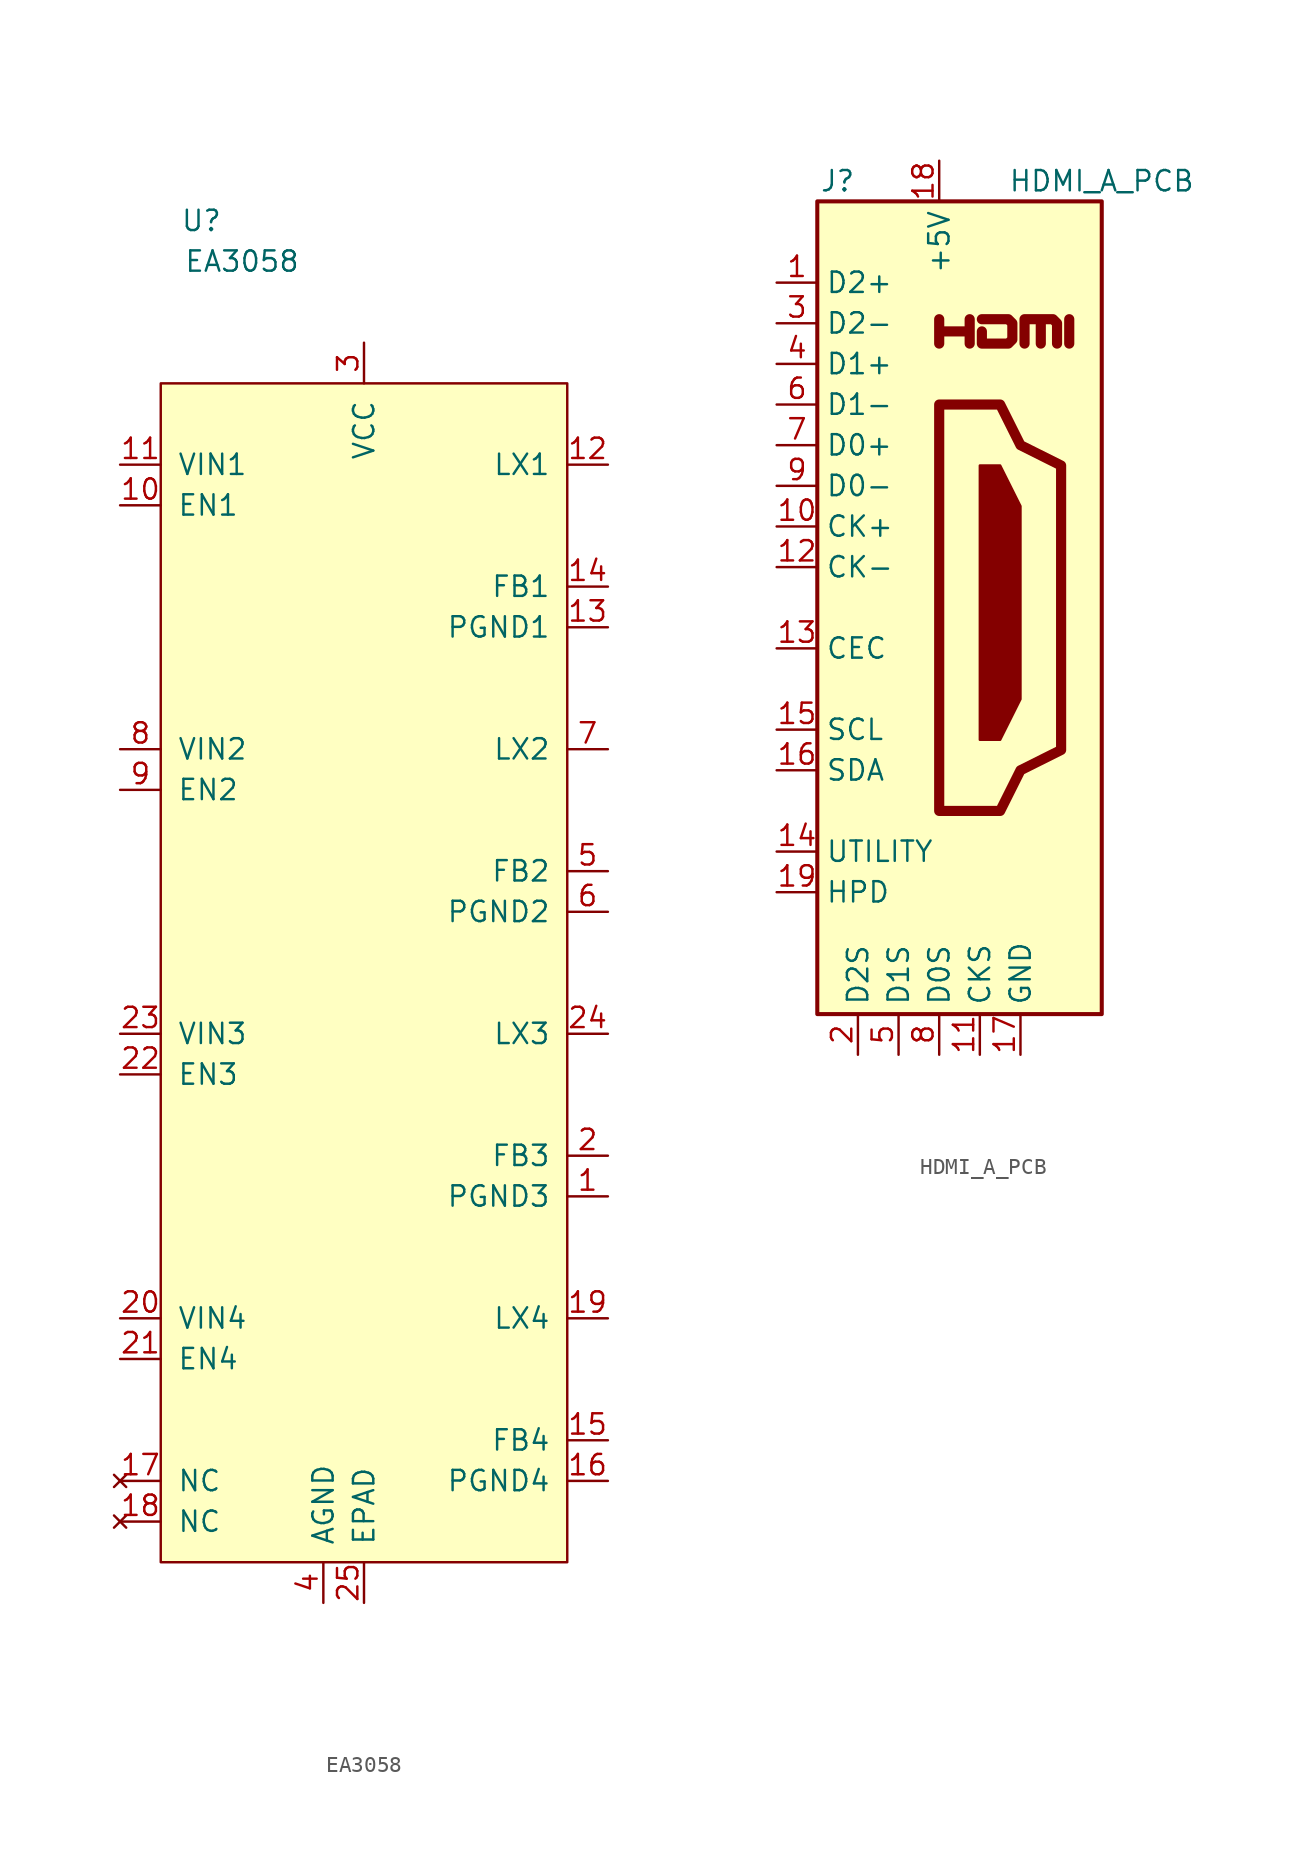
<source format=kicad_sym>
(kicad_symbol_lib
  (version 20241209)
  (generator "kicad_symbol_editor")
  (generator_version "9.0")
  (symbol "EA3058"
    (pin_names
      (offset 1.016))
    (property "Reference" "U"
      (at 2.54 10.16 0)
      (effects (font (size 1.27 1.27))))
    (property "Value" "EA3058"
      (at 5.08 7.62 0)
      (effects (font (size 1.27 1.27))))
    (symbol "EA3058_0_1"
      (rectangle (start 0 0) (end 25.4 -73.66) (stroke (width 0) (type solid)) (fill (type background))))
    (symbol "EA3058_1_1"
      (pin power_in line (at -2.54 -5.08 0) (length 2.54) (name "VIN1" (effects (font (size 1.27 1.27)))) (number "11" (effects (font (size 1.27 1.27)))))
      (pin input line (at -2.54 -7.62 0) (length 2.54) (name "EN1" (effects (font (size 1.27 1.27)))) (number "10" (effects (font (size 1.27 1.27)))))
      (pin power_in line (at -2.54 -22.86 0) (length 2.54) (name "VIN2" (effects (font (size 1.27 1.27)))) (number "8" (effects (font (size 1.27 1.27)))))
      (pin input line (at -2.54 -25.4 0) (length 2.54) (name "EN2" (effects (font (size 1.27 1.27)))) (number "9" (effects (font (size 1.27 1.27)))))
      (pin power_in line (at -2.54 -40.64 0) (length 2.54) (name "VIN3" (effects (font (size 1.27 1.27)))) (number "23" (effects (font (size 1.27 1.27)))))
      (pin input line (at -2.54 -43.18 0) (length 2.54) (name "EN3" (effects (font (size 1.27 1.27)))) (number "22" (effects (font (size 1.27 1.27)))))
      (pin power_in line (at -2.54 -58.42 0) (length 2.54) (name "VIN4" (effects (font (size 1.27 1.27)))) (number "20" (effects (font (size 1.27 1.27)))))
      (pin input line (at -2.54 -60.96 0) (length 2.54) (name "EN4" (effects (font (size 1.27 1.27)))) (number "21" (effects (font (size 1.27 1.27)))))
      (pin no_connect line (at -2.54 -68.58 0) (length 2.54) (name "NC" (effects (font (size 1.27 1.27)))) (number "17" (effects (font (size 1.27 1.27)))))
      (pin no_connect line (at -2.54 -71.12 0) (length 2.54) (name "NC" (effects (font (size 1.27 1.27)))) (number "18" (effects (font (size 1.27 1.27)))))
      (pin power_in line (at 10.16 -76.2 90) (length 2.54) (name "AGND" (effects (font (size 1.27 1.27)))) (number "4" (effects (font (size 1.27 1.27)))))
      (pin power_in line (at 12.7 2.54 270) (length 2.54) (name "VCC" (effects (font (size 1.27 1.27)))) (number "3" (effects (font (size 1.27 1.27)))))
      (pin power_in line (at 12.7 -76.2 90) (length 2.54) (name "EPAD" (effects (font (size 1.27 1.27)))) (number "25" (effects (font (size 1.27 1.27)))))
      (pin power_out line (at 27.94 -5.08 180) (length 2.54) (name "LX1" (effects (font (size 1.27 1.27)))) (number "12" (effects (font (size 1.27 1.27)))))
      (pin input line (at 27.94 -12.7 180) (length 2.54) (name "FB1" (effects (font (size 1.27 1.27)))) (number "14" (effects (font (size 1.27 1.27)))))
      (pin power_in line (at 27.94 -15.24 180) (length 2.54) (name "PGND1" (effects (font (size 1.27 1.27)))) (number "13" (effects (font (size 1.27 1.27)))))
      (pin power_out line (at 27.94 -22.86 180) (length 2.54) (name "LX2" (effects (font (size 1.27 1.27)))) (number "7" (effects (font (size 1.27 1.27)))))
      (pin power_out line (at 27.94 -30.48 180) (length 2.54) (name "FB2" (effects (font (size 1.27 1.27)))) (number "5" (effects (font (size 1.27 1.27)))))
      (pin power_in line (at 27.94 -33.02 180) (length 2.54) (name "PGND2" (effects (font (size 1.27 1.27)))) (number "6" (effects (font (size 1.27 1.27)))))
      (pin power_out line (at 27.94 -40.64 180) (length 2.54) (name "LX3" (effects (font (size 1.27 1.27)))) (number "24" (effects (font (size 1.27 1.27)))))
      (pin input line (at 27.94 -48.26 180) (length 2.54) (name "FB3" (effects (font (size 1.27 1.27)))) (number "2" (effects (font (size 1.27 1.27)))))
      (pin power_in line (at 27.94 -50.8 180) (length 2.54) (name "PGND3" (effects (font (size 1.27 1.27)))) (number "1" (effects (font (size 1.27 1.27)))))
      (pin power_out line (at 27.94 -58.42 180) (length 2.54) (name "LX4" (effects (font (size 1.27 1.27)))) (number "19" (effects (font (size 1.27 1.27)))))
      (pin input line (at 27.94 -66.04 180) (length 2.54) (name "FB4" (effects (font (size 1.27 1.27)))) (number "15" (effects (font (size 1.27 1.27)))))
      (pin power_in line (at 27.94 -68.58 180) (length 2.54) (name "PGND4" (effects (font (size 1.27 1.27)))) (number "16" (effects (font (size 1.27 1.27)))))))
  (symbol "HDMI_A_PCB"
    (property "Reference" "J"
      (at -6.35 26.67 0)
      (effects (font (size 1.27 1.27))))
    (property "Value" "HDMI_A_PCB"
      (at 10.16 26.67 0)
      (effects (font (size 1.27 1.27))))
    (symbol "HDMI_A_PCB_0_0"
      (polyline (pts (xy 0 16.51) (xy 0 18.034) (xy 0 17.272) (xy 1.905 17.272) (xy 1.905 18.034) (xy 1.905 16.51)) (stroke (width 0.635) (type solid)) (fill (type none)))
      (polyline (pts (xy 2.667 18.034) (xy 4.318 18.034) (xy 4.572 17.78) (xy 4.572 16.764) (xy 4.318 16.51) (xy 2.667 16.51) (xy 2.667 17.272)) (stroke (width 0.635) (type solid)) (fill (type none)))
      (polyline (pts (xy 8.128 16.51) (xy 8.128 18.034)) (stroke (width 0.635) (type solid)) (fill (type none))))
    (symbol "HDMI_A_PCB_0_1"
      (rectangle (start -7.62 25.4) (end 10.16 -25.4) (stroke (width 0.254) (type solid)) (fill (type background)))
      (polyline (pts (xy 0 12.7) (xy 0 -12.7) (xy 3.81 -12.7) (xy 5.08 -10.16) (xy 7.62 -8.89) (xy 7.62 8.89) (xy 5.08 10.16) (xy 3.81 12.7) (xy 0 12.7)) (stroke (width 0.635) (type solid)) (fill (type none)))
      (polyline (pts (xy 2.54 8.89) (xy 3.81 8.89) (xy 5.08 6.35) (xy 5.08 -5.715) (xy 3.81 -8.255) (xy 2.54 -8.255) (xy 2.54 8.89)) (stroke (width 0) (type solid)) (fill (type outline)))
      (polyline (pts (xy 5.334 16.51) (xy 5.334 18.034) (xy 6.35 18.034) (xy 6.35 16.51) (xy 6.35 18.034) (xy 7.112 18.034) (xy 7.366 17.78) (xy 7.366 16.51)) (stroke (width 0.635) (type solid)) (fill (type none))))
    (symbol "HDMI_A_PCB_1_1"
      (pin passive line (at -10.16 20.32 0) (length 2.54) (name "D2+" (effects (font (size 1.27 1.27)))) (number "1" (effects (font (size 1.27 1.27)))))
      (pin passive line (at -10.16 17.78 0) (length 2.54) (name "D2-" (effects (font (size 1.27 1.27)))) (number "3" (effects (font (size 1.27 1.27)))))
      (pin passive line (at -10.16 15.24 0) (length 2.54) (name "D1+" (effects (font (size 1.27 1.27)))) (number "4" (effects (font (size 1.27 1.27)))))
      (pin passive line (at -10.16 12.7 0) (length 2.54) (name "D1-" (effects (font (size 1.27 1.27)))) (number "6" (effects (font (size 1.27 1.27)))))
      (pin passive line (at -10.16 10.16 0) (length 2.54) (name "D0+" (effects (font (size 1.27 1.27)))) (number "7" (effects (font (size 1.27 1.27)))))
      (pin passive line (at -10.16 7.62 0) (length 2.54) (name "D0-" (effects (font (size 1.27 1.27)))) (number "9" (effects (font (size 1.27 1.27)))))
      (pin passive line (at -10.16 5.08 0) (length 2.54) (name "CK+" (effects (font (size 1.27 1.27)))) (number "10" (effects (font (size 1.27 1.27)))))
      (pin passive line (at -10.16 2.54 0) (length 2.54) (name "CK-" (effects (font (size 1.27 1.27)))) (number "12" (effects (font (size 1.27 1.27)))))
      (pin bidirectional line (at -10.16 -2.54 0) (length 2.54) (name "CEC" (effects (font (size 1.27 1.27)))) (number "13" (effects (font (size 1.27 1.27)))))
      (pin passive line (at -10.16 -7.62 0) (length 2.54) (name "SCL" (effects (font (size 1.27 1.27)))) (number "15" (effects (font (size 1.27 1.27)))))
      (pin bidirectional line (at -10.16 -10.16 0) (length 2.54) (name "SDA" (effects (font (size 1.27 1.27)))) (number "16" (effects (font (size 1.27 1.27)))))
      (pin passive line (at -10.16 -15.24 0) (length 2.54) (name "UTILITY" (effects (font (size 1.27 1.27)))) (number "14" (effects (font (size 1.27 1.27)))))
      (pin passive line (at -10.16 -17.78 0) (length 2.54) (name "HPD" (effects (font (size 1.27 1.27)))) (number "19" (effects (font (size 1.27 1.27)))))
      (pin power_in line (at -5.08 -27.94 90) (length 2.54) (name "D2S" (effects (font (size 1.27 1.27)))) (number "2" (effects (font (size 1.27 1.27)))))
      (pin power_in line (at -2.54 -27.94 90) (length 2.54) (name "D1S" (effects (font (size 1.27 1.27)))) (number "5" (effects (font (size 1.27 1.27)))))
      (pin power_in line (at 0 27.94 270) (length 2.54) (name "+5V" (effects (font (size 1.27 1.27)))) (number "18" (effects (font (size 1.27 1.27)))))
      (pin power_in line (at 0 -27.94 90) (length 2.54) (name "D0S" (effects (font (size 1.27 1.27)))) (number "8" (effects (font (size 1.27 1.27)))))
      (pin power_in line (at 2.54 -27.94 90) (length 2.54) (name "CKS" (effects (font (size 1.27 1.27)))) (number "11" (effects (font (size 1.27 1.27)))))
      (pin power_in line (at 5.08 -27.94 90) (length 2.54) (name "GND" (effects (font (size 1.27 1.27)))) (number "17" (effects (font (size 1.27 1.27))))))))
</source>
